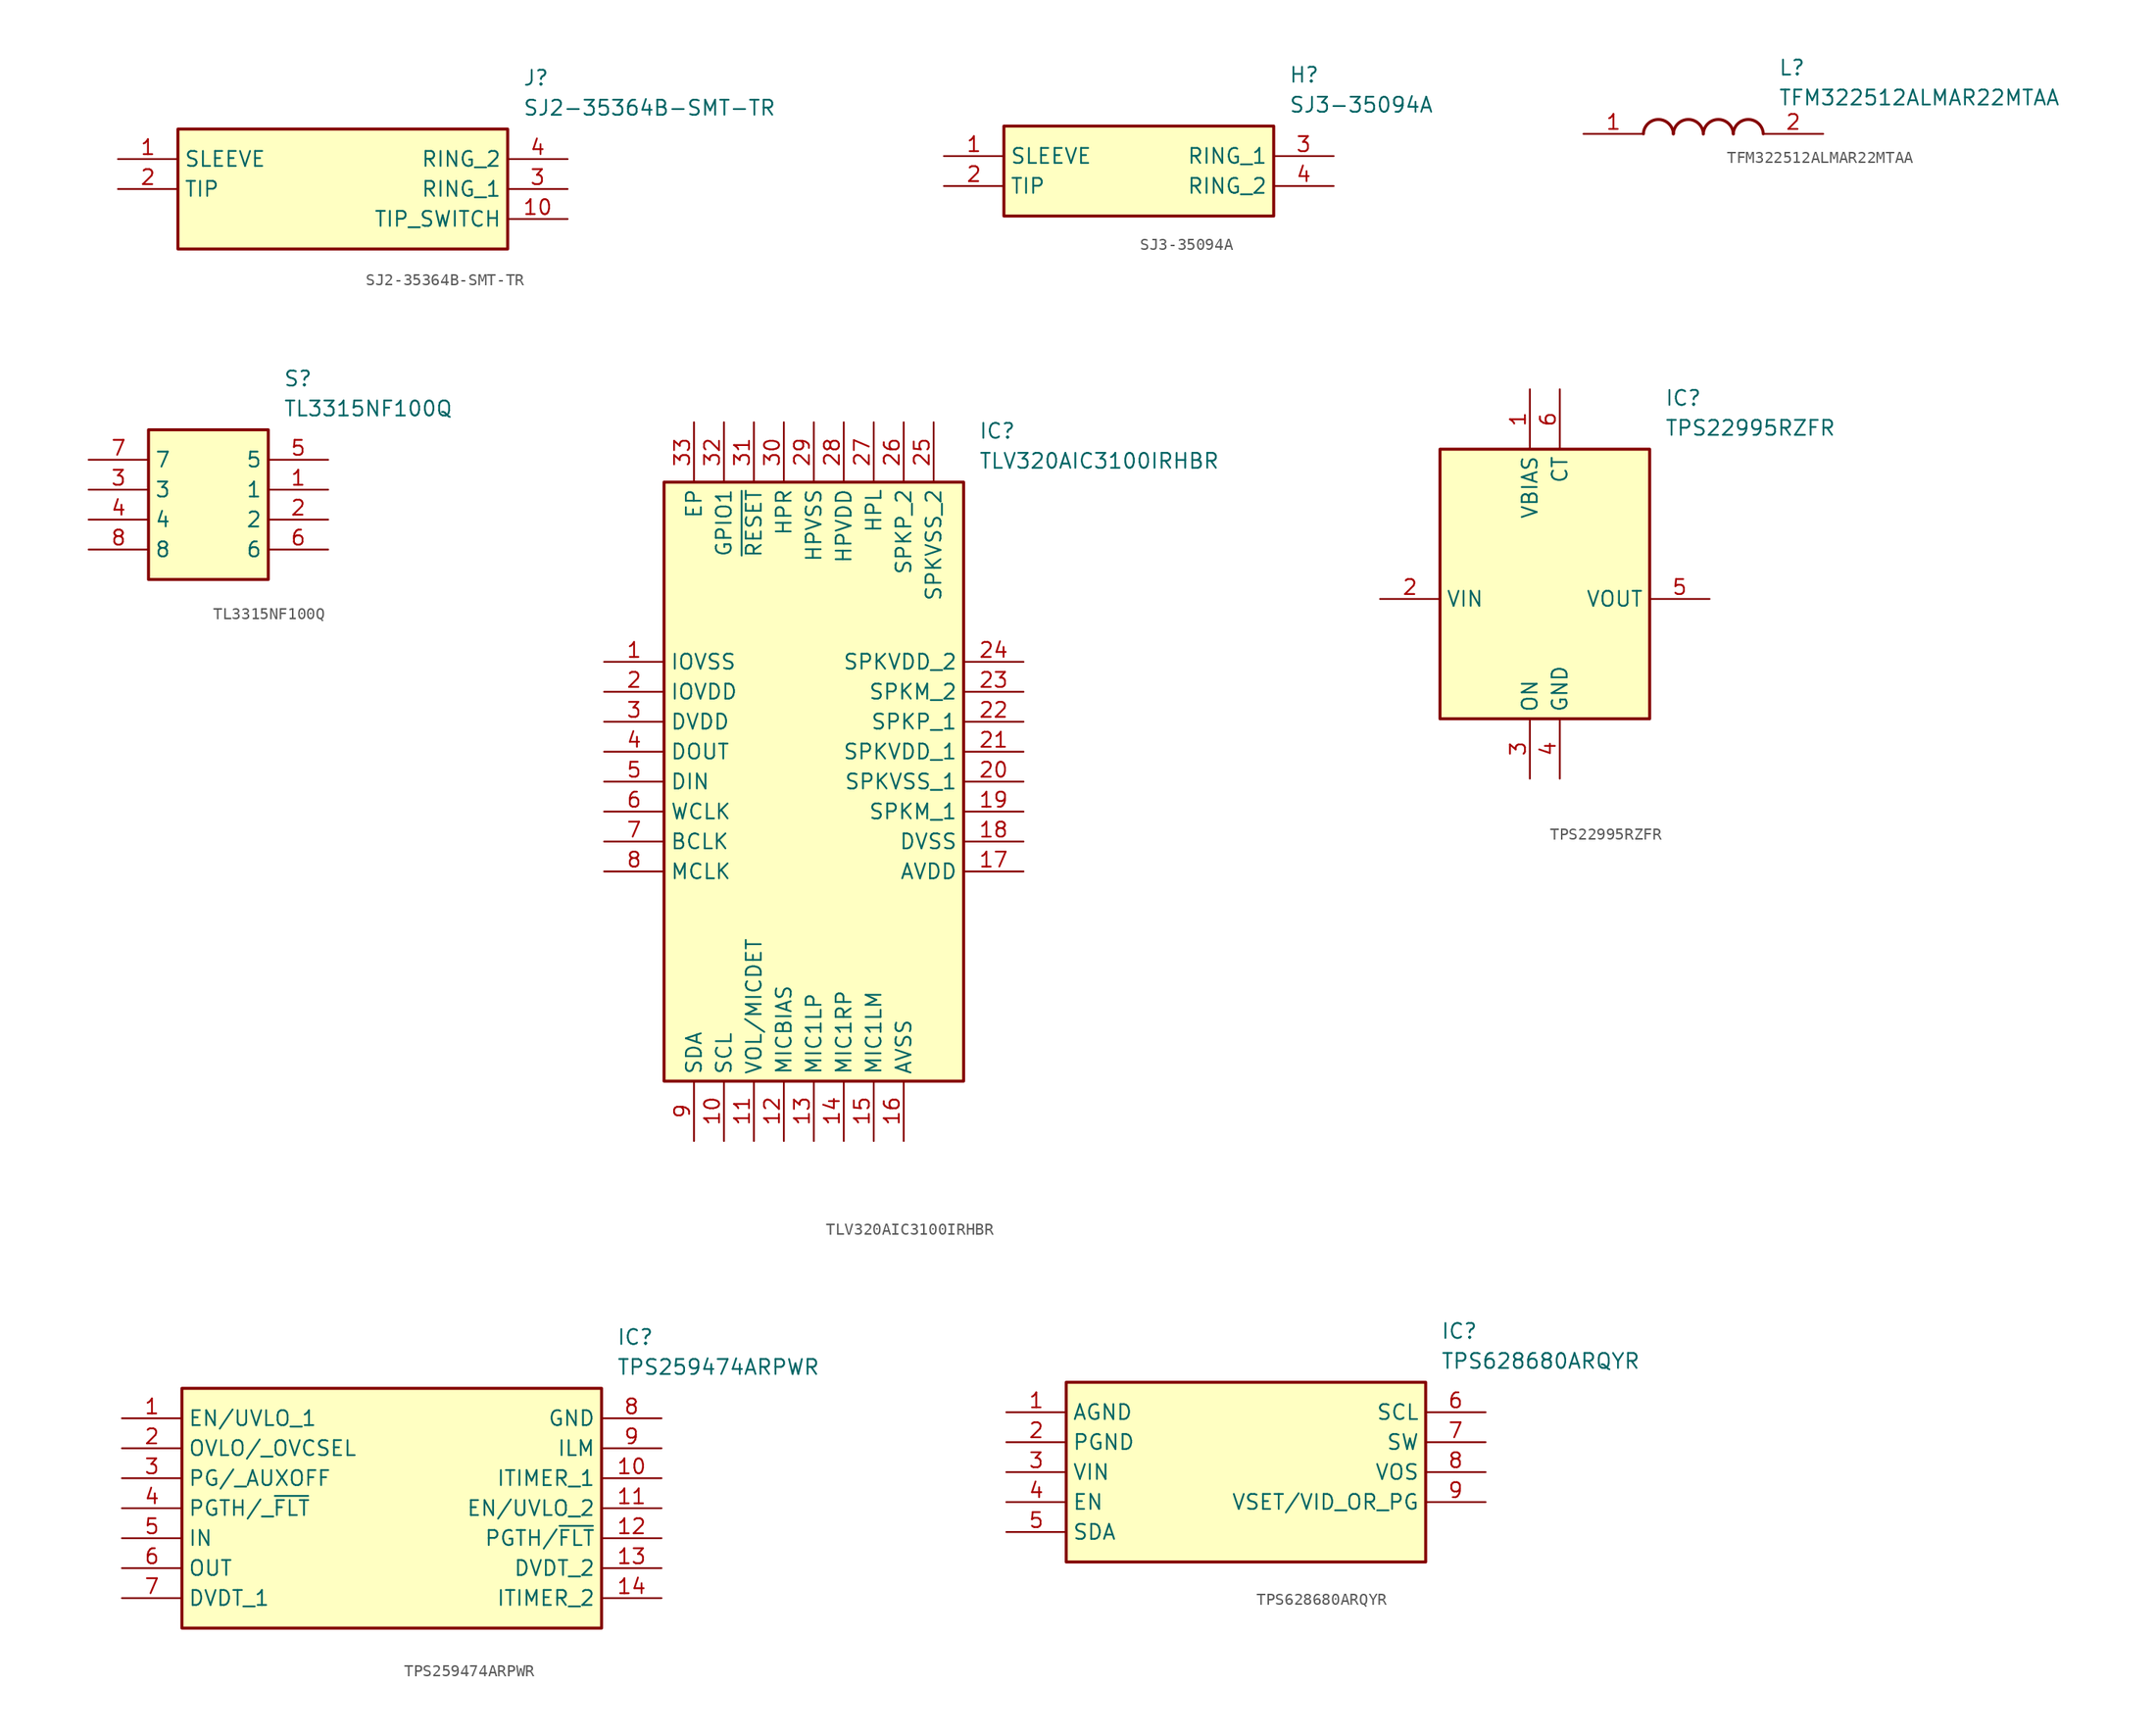
<source format=kicad_sym>
(kicad_symbol_lib
  (version 20220914)
  (generator SamacSys_ECAD_Model)
  (symbol "SJ2-35364B-SMT-TR"
    (property "Reference" "J"
      (at 34.29 7.62 0)
      (effects (font (size 1.27 1.27)) (justify left top)))
    (property "Value" "SJ2-35364B-SMT-TR"
      (at 34.29 5.08 0)
      (effects (font (size 1.27 1.27)) (justify left top)))
    (rectangle
      (start 5.08 2.54)
      (end 33.02 -7.62)
      (stroke (width 0.254) (type default))
      (fill (type background)))
    (pin passive line
      (at 0 0 0)
      (length 5.08)
      (name "SLEEVE" (effects (font (size 1.27 1.27))))
      (number "1" (effects (font (size 1.27 1.27)))))
    (pin passive line
      (at 0 -2.54 0)
      (length 5.08)
      (name "TIP" (effects (font (size 1.27 1.27))))
      (number "2" (effects (font (size 1.27 1.27)))))
    (pin passive line
      (at 38.1 -2.54 180)
      (length 5.08)
      (name "RING_1" (effects (font (size 1.27 1.27))))
      (number "3" (effects (font (size 1.27 1.27)))))
    (pin passive line
      (at 38.1 0 180)
      (length 5.08)
      (name "RING_2" (effects (font (size 1.27 1.27))))
      (number "4" (effects (font (size 1.27 1.27)))))
    (pin passive line
      (at 38.1 -5.08 180)
      (length 5.08)
      (name "TIP_SWITCH" (effects (font (size 1.27 1.27))))
      (number "10" (effects (font (size 1.27 1.27))))))
  (symbol "SJ3-35094A"
    (property "Reference" "H"
      (at 29.21 7.62 0)
      (effects (font (size 1.27 1.27)) (justify left top)))
    (property "Value" "SJ3-35094A"
      (at 29.21 5.08 0)
      (effects (font (size 1.27 1.27)) (justify left top)))
    (rectangle
      (start 5.08 2.54)
      (end 27.94 -5.08)
      (stroke (width 0.254) (type default))
      (fill (type background)))
    (pin passive line
      (at 0 0 0)
      (length 5.08)
      (name "SLEEVE" (effects (font (size 1.27 1.27))))
      (number "1" (effects (font (size 1.27 1.27)))))
    (pin passive line
      (at 0 -2.54 0)
      (length 5.08)
      (name "TIP" (effects (font (size 1.27 1.27))))
      (number "2" (effects (font (size 1.27 1.27)))))
    (pin passive line
      (at 33.02 0 180)
      (length 5.08)
      (name "RING_1" (effects (font (size 1.27 1.27))))
      (number "3" (effects (font (size 1.27 1.27)))))
    (pin passive line
      (at 33.02 -2.54 180)
      (length 5.08)
      (name "RING_2" (effects (font (size 1.27 1.27))))
      (number "4" (effects (font (size 1.27 1.27))))))
  (symbol "TFM322512ALMAR22MTAA"
    (pin_names hide)
    (property "Reference" "L"
      (at 16.51 6.35 0)
      (effects (font (size 1.27 1.27)) (justify left top)))
    (property "Value" "TFM322512ALMAR22MTAA"
      (at 16.51 3.81 0)
      (effects (font (size 1.27 1.27)) (justify left top)))
    (arc
      (start 7.62 0)
      (mid 6.35 1.219)
      (end 5.08 0)
      (stroke (width 0.254) (type default))
      (fill (type none)))
    (arc
      (start 10.16 0)
      (mid 8.89 1.219)
      (end 7.62 0)
      (stroke (width 0.254) (type default))
      (fill (type none)))
    (arc
      (start 12.7 0)
      (mid 11.43 1.219)
      (end 10.16 0)
      (stroke (width 0.254) (type default))
      (fill (type none)))
    (arc
      (start 15.24 0)
      (mid 13.97 1.219)
      (end 12.7 0)
      (stroke (width 0.254) (type default))
      (fill (type none)))
    (pin passive line
      (at 0 0 0)
      (length 5.08)
      (name "1" (effects (font (size 1.27 1.27))))
      (number "1" (effects (font (size 1.27 1.27)))))
    (pin passive line
      (at 20.32 0 180)
      (length 5.08)
      (name "2" (effects (font (size 1.27 1.27))))
      (number "2" (effects (font (size 1.27 1.27))))))
  (symbol "TL3315NF100Q"
    (property "Reference" "S"
      (at 16.51 7.62 0)
      (effects (font (size 1.27 1.27)) (justify left top)))
    (property "Value" "TL3315NF100Q"
      (at 16.51 5.08 0)
      (effects (font (size 1.27 1.27)) (justify left top)))
    (rectangle
      (start 5.08 2.54)
      (end 15.24 -10.16)
      (stroke (width 0.254) (type default))
      (fill (type background)))
    (pin passive line
      (at 20.32 -2.54 180)
      (length 5.08)
      (name "1" (effects (font (size 1.27 1.27))))
      (number "1" (effects (font (size 1.27 1.27)))))
    (pin passive line
      (at 20.32 -5.08 180)
      (length 5.08)
      (name "2" (effects (font (size 1.27 1.27))))
      (number "2" (effects (font (size 1.27 1.27)))))
    (pin passive line
      (at 0 -2.54 0)
      (length 5.08)
      (name "3" (effects (font (size 1.27 1.27))))
      (number "3" (effects (font (size 1.27 1.27)))))
    (pin passive line
      (at 0 -5.08 0)
      (length 5.08)
      (name "4" (effects (font (size 1.27 1.27))))
      (number "4" (effects (font (size 1.27 1.27)))))
    (pin passive line
      (at 20.32 0 180)
      (length 5.08)
      (name "5" (effects (font (size 1.27 1.27))))
      (number "5" (effects (font (size 1.27 1.27)))))
    (pin passive line
      (at 20.32 -7.62 180)
      (length 5.08)
      (name "6" (effects (font (size 1.27 1.27))))
      (number "6" (effects (font (size 1.27 1.27)))))
    (pin passive line
      (at 0 0 0)
      (length 5.08)
      (name "7" (effects (font (size 1.27 1.27))))
      (number "7" (effects (font (size 1.27 1.27)))))
    (pin passive line
      (at 0 -7.62 0)
      (length 5.08)
      (name "8" (effects (font (size 1.27 1.27))))
      (number "8" (effects (font (size 1.27 1.27))))))
  (symbol "TLV320AIC3100IRHBR"
    (property "Reference" "IC"
      (at 31.75 20.32 0)
      (effects (font (size 1.27 1.27)) (justify left top)))
    (property "Value" "TLV320AIC3100IRHBR"
      (at 31.75 17.78 0)
      (effects (font (size 1.27 1.27)) (justify left top)))
    (rectangle
      (start 5.08 15.24)
      (end 30.48 -35.56)
      (stroke (width 0.254) (type default))
      (fill (type background)))
    (pin passive line
      (at 0 0 0)
      (length 5.08)
      (name "IOVSS" (effects (font (size 1.27 1.27))))
      (number "1" (effects (font (size 1.27 1.27)))))
    (pin passive line
      (at 0 -2.54 0)
      (length 5.08)
      (name "IOVDD" (effects (font (size 1.27 1.27))))
      (number "2" (effects (font (size 1.27 1.27)))))
    (pin passive line
      (at 0 -5.08 0)
      (length 5.08)
      (name "DVDD" (effects (font (size 1.27 1.27))))
      (number "3" (effects (font (size 1.27 1.27)))))
    (pin passive line
      (at 0 -7.62 0)
      (length 5.08)
      (name "DOUT" (effects (font (size 1.27 1.27))))
      (number "4" (effects (font (size 1.27 1.27)))))
    (pin passive line
      (at 0 -10.16 0)
      (length 5.08)
      (name "DIN" (effects (font (size 1.27 1.27))))
      (number "5" (effects (font (size 1.27 1.27)))))
    (pin passive line
      (at 0 -12.7 0)
      (length 5.08)
      (name "WCLK" (effects (font (size 1.27 1.27))))
      (number "6" (effects (font (size 1.27 1.27)))))
    (pin passive line
      (at 0 -15.24 0)
      (length 5.08)
      (name "BCLK" (effects (font (size 1.27 1.27))))
      (number "7" (effects (font (size 1.27 1.27)))))
    (pin passive line
      (at 0 -17.78 0)
      (length 5.08)
      (name "MCLK" (effects (font (size 1.27 1.27))))
      (number "8" (effects (font (size 1.27 1.27)))))
    (pin passive line
      (at 7.62 -40.64 90)
      (length 5.08)
      (name "SDA" (effects (font (size 1.27 1.27))))
      (number "9" (effects (font (size 1.27 1.27)))))
    (pin passive line
      (at 10.16 -40.64 90)
      (length 5.08)
      (name "SCL" (effects (font (size 1.27 1.27))))
      (number "10" (effects (font (size 1.27 1.27)))))
    (pin passive line
      (at 12.7 -40.64 90)
      (length 5.08)
      (name "VOL/MICDET" (effects (font (size 1.27 1.27))))
      (number "11" (effects (font (size 1.27 1.27)))))
    (pin passive line
      (at 15.24 -40.64 90)
      (length 5.08)
      (name "MICBIAS" (effects (font (size 1.27 1.27))))
      (number "12" (effects (font (size 1.27 1.27)))))
    (pin passive line
      (at 17.78 -40.64 90)
      (length 5.08)
      (name "MIC1LP" (effects (font (size 1.27 1.27))))
      (number "13" (effects (font (size 1.27 1.27)))))
    (pin passive line
      (at 20.32 -40.64 90)
      (length 5.08)
      (name "MIC1RP" (effects (font (size 1.27 1.27))))
      (number "14" (effects (font (size 1.27 1.27)))))
    (pin passive line
      (at 22.86 -40.64 90)
      (length 5.08)
      (name "MIC1LM" (effects (font (size 1.27 1.27))))
      (number "15" (effects (font (size 1.27 1.27)))))
    (pin passive line
      (at 25.4 -40.64 90)
      (length 5.08)
      (name "AVSS" (effects (font (size 1.27 1.27))))
      (number "16" (effects (font (size 1.27 1.27)))))
    (pin passive line
      (at 35.56 0 180)
      (length 5.08)
      (name "SPKVDD_2" (effects (font (size 1.27 1.27))))
      (number "24" (effects (font (size 1.27 1.27)))))
    (pin passive line
      (at 35.56 -2.54 180)
      (length 5.08)
      (name "SPKM_2" (effects (font (size 1.27 1.27))))
      (number "23" (effects (font (size 1.27 1.27)))))
    (pin passive line
      (at 35.56 -5.08 180)
      (length 5.08)
      (name "SPKP_1" (effects (font (size 1.27 1.27))))
      (number "22" (effects (font (size 1.27 1.27)))))
    (pin passive line
      (at 35.56 -7.62 180)
      (length 5.08)
      (name "SPKVDD_1" (effects (font (size 1.27 1.27))))
      (number "21" (effects (font (size 1.27 1.27)))))
    (pin passive line
      (at 35.56 -10.16 180)
      (length 5.08)
      (name "SPKVSS_1" (effects (font (size 1.27 1.27))))
      (number "20" (effects (font (size 1.27 1.27)))))
    (pin passive line
      (at 35.56 -12.7 180)
      (length 5.08)
      (name "SPKM_1" (effects (font (size 1.27 1.27))))
      (number "19" (effects (font (size 1.27 1.27)))))
    (pin passive line
      (at 35.56 -15.24 180)
      (length 5.08)
      (name "DVSS" (effects (font (size 1.27 1.27))))
      (number "18" (effects (font (size 1.27 1.27)))))
    (pin passive line
      (at 35.56 -17.78 180)
      (length 5.08)
      (name "AVDD" (effects (font (size 1.27 1.27))))
      (number "17" (effects (font (size 1.27 1.27)))))
    (pin passive line
      (at 7.62 20.32 270)
      (length 5.08)
      (name "EP" (effects (font (size 1.27 1.27))))
      (number "33" (effects (font (size 1.27 1.27)))))
    (pin passive line
      (at 10.16 20.32 270)
      (length 5.08)
      (name "GPIO1" (effects (font (size 1.27 1.27))))
      (number "32" (effects (font (size 1.27 1.27)))))
    (pin passive line
      (at 12.7 20.32 270)
      (length 5.08)
      (name "~{RESET}" (effects (font (size 1.27 1.27))))
      (number "31" (effects (font (size 1.27 1.27)))))
    (pin passive line
      (at 15.24 20.32 270)
      (length 5.08)
      (name "HPR" (effects (font (size 1.27 1.27))))
      (number "30" (effects (font (size 1.27 1.27)))))
    (pin passive line
      (at 17.78 20.32 270)
      (length 5.08)
      (name "HPVSS" (effects (font (size 1.27 1.27))))
      (number "29" (effects (font (size 1.27 1.27)))))
    (pin passive line
      (at 20.32 20.32 270)
      (length 5.08)
      (name "HPVDD" (effects (font (size 1.27 1.27))))
      (number "28" (effects (font (size 1.27 1.27)))))
    (pin passive line
      (at 22.86 20.32 270)
      (length 5.08)
      (name "HPL" (effects (font (size 1.27 1.27))))
      (number "27" (effects (font (size 1.27 1.27)))))
    (pin passive line
      (at 25.4 20.32 270)
      (length 5.08)
      (name "SPKP_2" (effects (font (size 1.27 1.27))))
      (number "26" (effects (font (size 1.27 1.27)))))
    (pin passive line
      (at 27.94 20.32 270)
      (length 5.08)
      (name "SPKVSS_2" (effects (font (size 1.27 1.27))))
      (number "25" (effects (font (size 1.27 1.27))))))
  (symbol "TPS22995RZFR"
    (property "Reference" "IC"
      (at 24.13 17.78 0)
      (effects (font (size 1.27 1.27)) (justify left top)))
    (property "Value" "TPS22995RZFR"
      (at 24.13 15.24 0)
      (effects (font (size 1.27 1.27)) (justify left top)))
    (rectangle
      (start 5.08 12.7)
      (end 22.86 -10.16)
      (stroke (width 0.254) (type default))
      (fill (type background)))
    (pin passive line
      (at 12.7 17.78 270)
      (length 5.08)
      (name "VBIAS" (effects (font (size 1.27 1.27))))
      (number "1" (effects (font (size 1.27 1.27)))))
    (pin passive line
      (at 0 0 0)
      (length 5.08)
      (name "VIN" (effects (font (size 1.27 1.27))))
      (number "2" (effects (font (size 1.27 1.27)))))
    (pin passive line
      (at 12.7 -15.24 90)
      (length 5.08)
      (name "ON" (effects (font (size 1.27 1.27))))
      (number "3" (effects (font (size 1.27 1.27)))))
    (pin passive line
      (at 15.24 -15.24 90)
      (length 5.08)
      (name "GND" (effects (font (size 1.27 1.27))))
      (number "4" (effects (font (size 1.27 1.27)))))
    (pin passive line
      (at 27.94 0 180)
      (length 5.08)
      (name "VOUT" (effects (font (size 1.27 1.27))))
      (number "5" (effects (font (size 1.27 1.27)))))
    (pin passive line
      (at 15.24 17.78 270)
      (length 5.08)
      (name "CT" (effects (font (size 1.27 1.27))))
      (number "6" (effects (font (size 1.27 1.27))))))
  (symbol "TPS259474ARPWR"
    (property "Reference" "IC"
      (at 41.91 7.62 0)
      (effects (font (size 1.27 1.27)) (justify left top)))
    (property "Value" "TPS259474ARPWR"
      (at 41.91 5.08 0)
      (effects (font (size 1.27 1.27)) (justify left top)))
    (rectangle
      (start 5.08 2.54)
      (end 40.64 -17.78)
      (stroke (width 0.254) (type default))
      (fill (type background)))
    (pin passive line
      (at 0 0 0)
      (length 5.08)
      (name "EN/UVLO_1" (effects (font (size 1.27 1.27))))
      (number "1" (effects (font (size 1.27 1.27)))))
    (pin passive line
      (at 0 -2.54 0)
      (length 5.08)
      (name "OVLO/_OVCSEL" (effects (font (size 1.27 1.27))))
      (number "2" (effects (font (size 1.27 1.27)))))
    (pin passive line
      (at 0 -5.08 0)
      (length 5.08)
      (name "PG/_AUXOFF" (effects (font (size 1.27 1.27))))
      (number "3" (effects (font (size 1.27 1.27)))))
    (pin passive line
      (at 0 -7.62 0)
      (length 5.08)
      (name "PGTH/_~{FLT}" (effects (font (size 1.27 1.27))))
      (number "4" (effects (font (size 1.27 1.27)))))
    (pin passive line
      (at 0 -10.16 0)
      (length 5.08)
      (name "IN" (effects (font (size 1.27 1.27))))
      (number "5" (effects (font (size 1.27 1.27)))))
    (pin passive line
      (at 0 -12.7 0)
      (length 5.08)
      (name "OUT" (effects (font (size 1.27 1.27))))
      (number "6" (effects (font (size 1.27 1.27)))))
    (pin passive line
      (at 0 -15.24 0)
      (length 5.08)
      (name "DVDT_1" (effects (font (size 1.27 1.27))))
      (number "7" (effects (font (size 1.27 1.27)))))
    (pin passive line
      (at 45.72 0 180)
      (length 5.08)
      (name "GND" (effects (font (size 1.27 1.27))))
      (number "8" (effects (font (size 1.27 1.27)))))
    (pin passive line
      (at 45.72 -2.54 180)
      (length 5.08)
      (name "ILM" (effects (font (size 1.27 1.27))))
      (number "9" (effects (font (size 1.27 1.27)))))
    (pin passive line
      (at 45.72 -5.08 180)
      (length 5.08)
      (name "ITIMER_1" (effects (font (size 1.27 1.27))))
      (number "10" (effects (font (size 1.27 1.27)))))
    (pin passive line
      (at 45.72 -7.62 180)
      (length 5.08)
      (name "EN/UVLO_2" (effects (font (size 1.27 1.27))))
      (number "11" (effects (font (size 1.27 1.27)))))
    (pin passive line
      (at 45.72 -10.16 180)
      (length 5.08)
      (name "PGTH/~{FLT}" (effects (font (size 1.27 1.27))))
      (number "12" (effects (font (size 1.27 1.27)))))
    (pin passive line
      (at 45.72 -12.7 180)
      (length 5.08)
      (name "DVDT_2" (effects (font (size 1.27 1.27))))
      (number "13" (effects (font (size 1.27 1.27)))))
    (pin passive line
      (at 45.72 -15.24 180)
      (length 5.08)
      (name "ITIMER_2" (effects (font (size 1.27 1.27))))
      (number "14" (effects (font (size 1.27 1.27))))))
  (symbol "TPS628680ARQYR"
    (property "Reference" "IC"
      (at 36.83 7.62 0)
      (effects (font (size 1.27 1.27)) (justify left top)))
    (property "Value" "TPS628680ARQYR"
      (at 36.83 5.08 0)
      (effects (font (size 1.27 1.27)) (justify left top)))
    (rectangle
      (start 5.08 2.54)
      (end 35.56 -12.7)
      (stroke (width 0.254) (type default))
      (fill (type background)))
    (pin passive line
      (at 0 0 0)
      (length 5.08)
      (name "AGND" (effects (font (size 1.27 1.27))))
      (number "1" (effects (font (size 1.27 1.27)))))
    (pin passive line
      (at 0 -2.54 0)
      (length 5.08)
      (name "PGND" (effects (font (size 1.27 1.27))))
      (number "2" (effects (font (size 1.27 1.27)))))
    (pin passive line
      (at 0 -5.08 0)
      (length 5.08)
      (name "VIN" (effects (font (size 1.27 1.27))))
      (number "3" (effects (font (size 1.27 1.27)))))
    (pin passive line
      (at 0 -7.62 0)
      (length 5.08)
      (name "EN" (effects (font (size 1.27 1.27))))
      (number "4" (effects (font (size 1.27 1.27)))))
    (pin passive line
      (at 0 -10.16 0)
      (length 5.08)
      (name "SDA" (effects (font (size 1.27 1.27))))
      (number "5" (effects (font (size 1.27 1.27)))))
    (pin passive line
      (at 40.64 0 180)
      (length 5.08)
      (name "SCL" (effects (font (size 1.27 1.27))))
      (number "6" (effects (font (size 1.27 1.27)))))
    (pin passive line
      (at 40.64 -2.54 180)
      (length 5.08)
      (name "SW" (effects (font (size 1.27 1.27))))
      (number "7" (effects (font (size 1.27 1.27)))))
    (pin passive line
      (at 40.64 -5.08 180)
      (length 5.08)
      (name "VOS" (effects (font (size 1.27 1.27))))
      (number "8" (effects (font (size 1.27 1.27)))))
    (pin passive line
      (at 40.64 -7.62 180)
      (length 5.08)
      (name "VSET/VID_OR_PG" (effects (font (size 1.27 1.27))))
      (number "9" (effects (font (size 1.27 1.27)))))))
</source>
